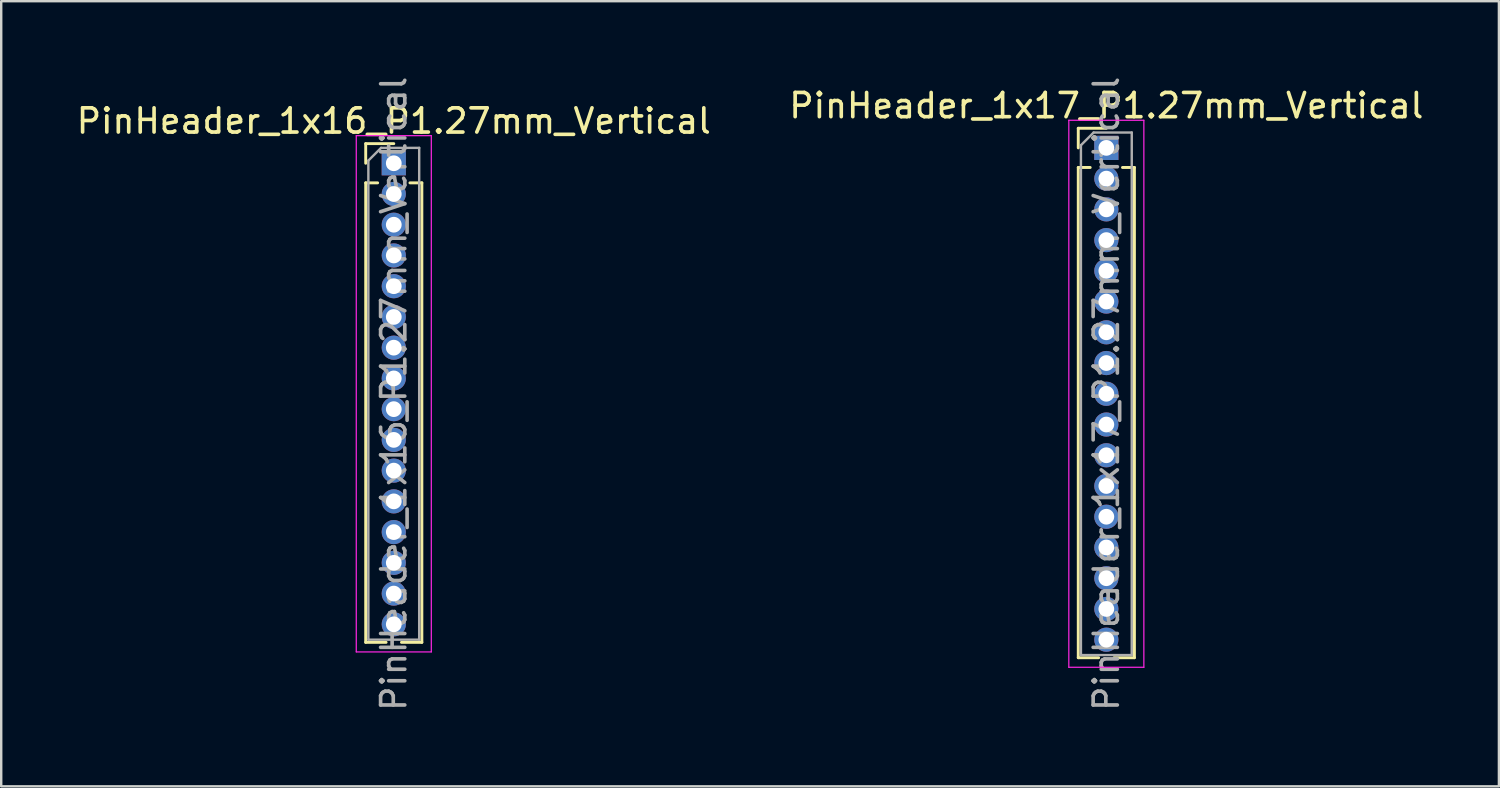
<source format=kicad_pcb>
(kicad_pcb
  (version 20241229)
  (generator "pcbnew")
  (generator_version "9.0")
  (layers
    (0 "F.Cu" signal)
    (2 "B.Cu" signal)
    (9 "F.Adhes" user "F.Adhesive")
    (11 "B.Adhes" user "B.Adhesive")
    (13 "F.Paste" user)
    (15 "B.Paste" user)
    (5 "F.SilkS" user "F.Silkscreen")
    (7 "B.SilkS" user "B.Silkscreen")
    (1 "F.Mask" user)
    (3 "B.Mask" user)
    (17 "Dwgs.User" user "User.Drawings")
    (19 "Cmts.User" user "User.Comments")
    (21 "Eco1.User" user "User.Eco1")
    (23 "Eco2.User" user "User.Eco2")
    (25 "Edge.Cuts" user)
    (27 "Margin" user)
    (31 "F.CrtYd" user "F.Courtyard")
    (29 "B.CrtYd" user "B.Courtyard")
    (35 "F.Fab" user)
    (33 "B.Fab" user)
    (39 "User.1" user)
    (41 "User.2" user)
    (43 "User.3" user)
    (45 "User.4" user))
  (footprint "PinHeader_1x16_P1.27mm_Vertical"
    (layer "F.Cu")
    (at 13.22 3.695)
    (property "Reference" "PinHeader_1x16_P1.27mm_Vertical" (at 0 -1.745 0) (layer "F.SilkS") (effects (font (size 1 1) (thickness 0.15))))
    (attr through_hole)
    (fp_line (start -1.16 -0.81) (end 0 -0.81) (stroke (width 0.12) (type solid)) (layer "F.SilkS"))
    (fp_line (start -1.16 0) (end -1.16 -0.81) (stroke (width 0.12) (type solid)) (layer "F.SilkS"))
    (fp_line (start -1.16 0.81) (end -1.16 19.795) (stroke (width 0.12) (type solid)) (layer "F.SilkS"))
    (fp_line (start -1.16 0.81) (end -0.667 0.81) (stroke (width 0.12) (type solid)) (layer "F.SilkS"))
    (fp_line (start -1.16 19.795) (end -0.318 19.795) (stroke (width 0.12) (type solid)) (layer "F.SilkS"))
    (fp_line (start 0.318 19.795) (end 1.16 19.795) (stroke (width 0.12) (type solid)) (layer "F.SilkS"))
    (fp_line (start 0.667 0.81) (end 1.16 0.81) (stroke (width 0.12) (type solid)) (layer "F.SilkS"))
    (fp_line (start 1.16 0.81) (end 1.16 19.795) (stroke (width 0.12) (type solid)) (layer "F.SilkS"))
    (fp_line (start -1.55 -1.14) (end -1.55 20.19) (stroke (width 0.05) (type solid)) (layer "F.CrtYd"))
    (fp_line (start -1.55 20.19) (end 1.55 20.19) (stroke (width 0.05) (type solid)) (layer "F.CrtYd"))
    (fp_line (start 1.55 -1.14) (end -1.55 -1.14) (stroke (width 0.05) (type solid)) (layer "F.CrtYd"))
    (fp_line (start 1.55 20.19) (end 1.55 -1.14) (stroke (width 0.05) (type solid)) (layer "F.CrtYd"))
    (fp_line (start -1.05 -0.11) (end -0.525 -0.635) (stroke (width 0.1) (type solid)) (layer "F.Fab"))
    (fp_line (start -1.05 19.685) (end -1.05 -0.11) (stroke (width 0.1) (type solid)) (layer "F.Fab"))
    (fp_line (start -0.525 -0.635) (end 1.05 -0.635) (stroke (width 0.1) (type solid)) (layer "F.Fab"))
    (fp_line (start 1.05 -0.635) (end 1.05 19.685) (stroke (width 0.1) (type solid)) (layer "F.Fab"))
    (fp_line (start 1.05 19.685) (end -1.05 19.685) (stroke (width 0.1) (type solid)) (layer "F.Fab"))
    (fp_text user "${REFERENCE}" (at 0 9.525 90) (layer "F.Fab") (effects (font (size 1 1) (thickness 0.15))))
    (pad "1" thru_hole rect (at 0 0) (size 1 1) (drill 0.65) (layers "*.Cu" "*.Mask"))
    (pad "2" thru_hole circle (at 0 1.27) (size 1 1) (drill 0.65) (layers "*.Cu" "*.Mask"))
    (pad "3" thru_hole circle (at 0 2.54) (size 1 1) (drill 0.65) (layers "*.Cu" "*.Mask"))
    (pad "4" thru_hole circle (at 0 3.81) (size 1 1) (drill 0.65) (layers "*.Cu" "*.Mask"))
    (pad "5" thru_hole circle (at 0 5.08) (size 1 1) (drill 0.65) (layers "*.Cu" "*.Mask"))
    (pad "6" thru_hole circle (at 0 6.35) (size 1 1) (drill 0.65) (layers "*.Cu" "*.Mask"))
    (pad "7" thru_hole circle (at 0 7.62) (size 1 1) (drill 0.65) (layers "*.Cu" "*.Mask"))
    (pad "8" thru_hole circle (at 0 8.89) (size 1 1) (drill 0.65) (layers "*.Cu" "*.Mask"))
    (pad "9" thru_hole circle (at 0 10.16) (size 1 1) (drill 0.65) (layers "*.Cu" "*.Mask"))
    (pad "10" thru_hole circle (at 0 11.43) (size 1 1) (drill 0.65) (layers "*.Cu" "*.Mask"))
    (pad "11" thru_hole circle (at 0 12.7) (size 1 1) (drill 0.65) (layers "*.Cu" "*.Mask"))
    (pad "12" thru_hole circle (at 0 13.97) (size 1 1) (drill 0.65) (layers "*.Cu" "*.Mask"))
    (pad "13" thru_hole circle (at 0 15.24) (size 1 1) (drill 0.65) (layers "*.Cu" "*.Mask"))
    (pad "14" thru_hole circle (at 0 16.51) (size 1 1) (drill 0.65) (layers "*.Cu" "*.Mask"))
    (pad "15" thru_hole circle (at 0 17.78) (size 1 1) (drill 0.65) (layers "*.Cu" "*.Mask"))
    (pad "16" thru_hole circle (at 0 19.05) (size 1 1) (drill 0.65) (layers "*.Cu" "*.Mask")))
  (footprint "PinHeader_1x17_P1.27mm_Vertical"
    (layer "F.Cu")
    (at 42.661 3.06)
    (property "Reference" "PinHeader_1x17_P1.27mm_Vertical" (at 0 -1.745 0) (layer "F.SilkS") (effects (font (size 1 1) (thickness 0.15))))
    (attr through_hole)
    (fp_line (start -1.16 -0.81) (end 0 -0.81) (stroke (width 0.12) (type solid)) (layer "F.SilkS"))
    (fp_line (start -1.16 0) (end -1.16 -0.81) (stroke (width 0.12) (type solid)) (layer "F.SilkS"))
    (fp_line (start -1.16 0.81) (end -1.16 21.065) (stroke (width 0.12) (type solid)) (layer "F.SilkS"))
    (fp_line (start -1.16 0.81) (end -0.667 0.81) (stroke (width 0.12) (type solid)) (layer "F.SilkS"))
    (fp_line (start -1.16 21.065) (end -0.318 21.065) (stroke (width 0.12) (type solid)) (layer "F.SilkS"))
    (fp_line (start 0.318 21.065) (end 1.16 21.065) (stroke (width 0.12) (type solid)) (layer "F.SilkS"))
    (fp_line (start 0.667 0.81) (end 1.16 0.81) (stroke (width 0.12) (type solid)) (layer "F.SilkS"))
    (fp_line (start 1.16 0.81) (end 1.16 21.065) (stroke (width 0.12) (type solid)) (layer "F.SilkS"))
    (fp_line (start -1.55 -1.14) (end -1.55 21.46) (stroke (width 0.05) (type solid)) (layer "F.CrtYd"))
    (fp_line (start -1.55 21.46) (end 1.55 21.46) (stroke (width 0.05) (type solid)) (layer "F.CrtYd"))
    (fp_line (start 1.55 -1.14) (end -1.55 -1.14) (stroke (width 0.05) (type solid)) (layer "F.CrtYd"))
    (fp_line (start 1.55 21.46) (end 1.55 -1.14) (stroke (width 0.05) (type solid)) (layer "F.CrtYd"))
    (fp_line (start -1.05 -0.11) (end -0.525 -0.635) (stroke (width 0.1) (type solid)) (layer "F.Fab"))
    (fp_line (start -1.05 20.955) (end -1.05 -0.11) (stroke (width 0.1) (type solid)) (layer "F.Fab"))
    (fp_line (start -0.525 -0.635) (end 1.05 -0.635) (stroke (width 0.1) (type solid)) (layer "F.Fab"))
    (fp_line (start 1.05 -0.635) (end 1.05 20.955) (stroke (width 0.1) (type solid)) (layer "F.Fab"))
    (fp_line (start 1.05 20.955) (end -1.05 20.955) (stroke (width 0.1) (type solid)) (layer "F.Fab"))
    (fp_text user "${REFERENCE}" (at 0 10.16 90) (layer "F.Fab") (effects (font (size 1 1) (thickness 0.15))))
    (pad "1" thru_hole rect (at 0 0) (size 1 1) (drill 0.65) (layers "*.Cu" "*.Mask"))
    (pad "2" thru_hole circle (at 0 1.27) (size 1 1) (drill 0.65) (layers "*.Cu" "*.Mask"))
    (pad "3" thru_hole circle (at 0 2.54) (size 1 1) (drill 0.65) (layers "*.Cu" "*.Mask"))
    (pad "4" thru_hole circle (at 0 3.81) (size 1 1) (drill 0.65) (layers "*.Cu" "*.Mask"))
    (pad "5" thru_hole circle (at 0 5.08) (size 1 1) (drill 0.65) (layers "*.Cu" "*.Mask"))
    (pad "6" thru_hole circle (at 0 6.35) (size 1 1) (drill 0.65) (layers "*.Cu" "*.Mask"))
    (pad "7" thru_hole circle (at 0 7.62) (size 1 1) (drill 0.65) (layers "*.Cu" "*.Mask"))
    (pad "8" thru_hole circle (at 0 8.89) (size 1 1) (drill 0.65) (layers "*.Cu" "*.Mask"))
    (pad "9" thru_hole circle (at 0 10.16) (size 1 1) (drill 0.65) (layers "*.Cu" "*.Mask"))
    (pad "10" thru_hole circle (at 0 11.43) (size 1 1) (drill 0.65) (layers "*.Cu" "*.Mask"))
    (pad "11" thru_hole circle (at 0 12.7) (size 1 1) (drill 0.65) (layers "*.Cu" "*.Mask"))
    (pad "12" thru_hole circle (at 0 13.97) (size 1 1) (drill 0.65) (layers "*.Cu" "*.Mask"))
    (pad "13" thru_hole circle (at 0 15.24) (size 1 1) (drill 0.65) (layers "*.Cu" "*.Mask"))
    (pad "14" thru_hole circle (at 0 16.51) (size 1 1) (drill 0.65) (layers "*.Cu" "*.Mask"))
    (pad "15" thru_hole circle (at 0 17.78) (size 1 1) (drill 0.65) (layers "*.Cu" "*.Mask"))
    (pad "16" thru_hole circle (at 0 19.05) (size 1 1) (drill 0.65) (layers "*.Cu" "*.Mask"))
    (pad "17" thru_hole circle (at 0 20.32) (size 1 1) (drill 0.65) (layers "*.Cu" "*.Mask")))
  (gr_rect
    (start -3 -3)
    (end 58.881 29.44)
    (stroke (width 0.1) (type default))
    (fill no)
    (layer "Edge.Cuts")))
</source>
